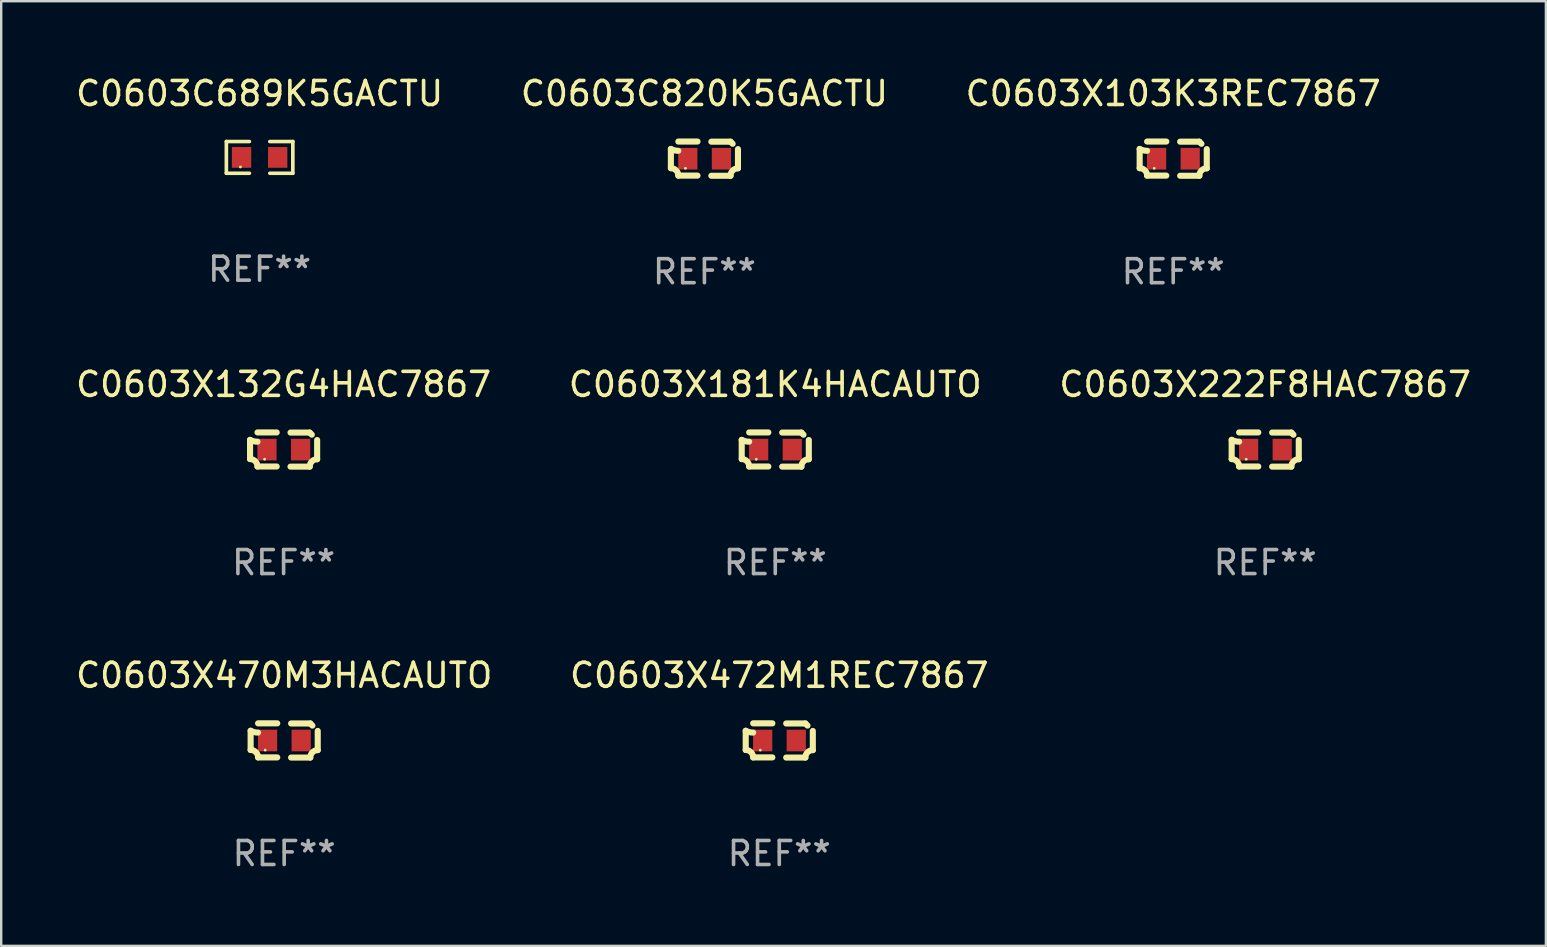
<source format=kicad_pcb>
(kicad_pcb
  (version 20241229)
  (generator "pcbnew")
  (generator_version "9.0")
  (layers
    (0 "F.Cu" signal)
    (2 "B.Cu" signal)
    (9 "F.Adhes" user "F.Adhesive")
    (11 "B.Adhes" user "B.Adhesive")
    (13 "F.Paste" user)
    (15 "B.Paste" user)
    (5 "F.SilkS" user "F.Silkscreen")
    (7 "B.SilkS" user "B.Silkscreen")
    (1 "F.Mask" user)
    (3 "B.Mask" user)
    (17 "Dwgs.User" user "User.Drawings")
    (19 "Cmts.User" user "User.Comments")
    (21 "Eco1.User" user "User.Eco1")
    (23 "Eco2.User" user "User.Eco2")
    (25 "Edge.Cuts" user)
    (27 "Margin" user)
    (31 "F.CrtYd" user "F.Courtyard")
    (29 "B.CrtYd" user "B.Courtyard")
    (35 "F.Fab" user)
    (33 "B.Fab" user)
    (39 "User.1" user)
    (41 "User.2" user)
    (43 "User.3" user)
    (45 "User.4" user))
  (footprint "C0603C689K5GACTU"
    (layer "F.Cu")
    (at 7.768 3.509)
    (property "Reference" "C0603C689K5GACTU" (at 0 -2.661 0) (layer "F.SilkS") (effects (font (size 1 1) (thickness 0.15))))
    (attr through_hole)
    (fp_line (start -1.385 -0.661) (end -0.426 -0.661) (stroke (width 0.152) (type solid)) (layer "F.SilkS"))
    (fp_line (start -1.385 0.661) (end -1.385 -0.661) (stroke (width 0.152) (type solid)) (layer "F.SilkS"))
    (fp_line (start -0.426 0.661) (end -1.385 0.661) (stroke (width 0.152) (type solid)) (layer "F.SilkS"))
    (fp_line (start 0.426 0.661) (end 1.385 0.661) (stroke (width 0.152) (type solid)) (layer "F.SilkS"))
    (fp_line (start 1.385 -0.661) (end 0.426 -0.661) (stroke (width 0.152) (type solid)) (layer "F.SilkS"))
    (fp_line (start 1.385 0.661) (end 1.385 -0.661) (stroke (width 0.152) (type solid)) (layer "F.SilkS"))
    (fp_circle (center -0.8 0.4) (end -0.77 0.4) (stroke (width 0.06) (type solid)) (fill no) (layer "F.SilkS"))
    (fp_text user "REF**" (at 0 4.661 0) (layer "F.Fab") (effects (font (size 1 1) (thickness 0.15))))
    (pad "1" smd rect (at -0.753 0) (size 0.806 0.864) (layers "F.Cu" "F.Mask" "F.Paste"))
    (pad "2" smd rect (at 0.753 0) (size 0.806 0.864) (layers "F.Cu" "F.Mask" "F.Paste")))
  (footprint "C0603X222F8HAC7867"
    (layer "F.Cu")
    (at 49.673 15.683)
    (property "Reference" "C0603X222F8HAC7867" (at 0 -2.713 0) (layer "F.SilkS") (effects (font (size 1 1) (thickness 0.15))))
    (attr through_hole)
    (fp_line (start -1.398 -0.403) (end -1.398 0.397) (stroke (width 0.254) (type solid)) (layer "F.SilkS"))
    (fp_line (start -0.288 -0.713) (end -1.088 -0.713) (stroke (width 0.254) (type solid)) (layer "F.SilkS"))
    (fp_line (start -0.288 0.707) (end -1.088 0.707) (stroke (width 0.254) (type solid)) (layer "F.SilkS"))
    (fp_line (start 0.288 -0.707) (end 1.088 -0.707) (stroke (width 0.254) (type solid)) (layer "F.SilkS"))
    (fp_line (start 0.288 0.713) (end 1.088 0.713) (stroke (width 0.254) (type solid)) (layer "F.SilkS"))
    (fp_line (start 1.398 -0.397) (end 1.398 0.403) (stroke (width 0.254) (type solid)) (layer "F.SilkS"))
    (fp_arc (start -1.397789 0.397066) (mid -1.178701 0.487826) (end -1.08796 0.706922) (stroke (width 0.254001) (type solid)) (layer "F.SilkS"))
    (fp_arc (start -1.08796 -0.327176) (mid -1.247436 -0.346384) (end -1.39779 -0.402908) (stroke (width 0.254001) (type solid)) (layer "F.SilkS"))
    (fp_arc (start 1.087909 0.712738) (mid 1.178656 0.493655) (end 1.397739 0.402908) (stroke (width 0.254001) (type solid)) (layer "F.SilkS"))
    (fp_arc (start 1.175925 -0.618926) (mid 1.131917 -0.662923) (end 1.08791 -0.706922) (stroke (width 0.254001) (type solid)) (layer "F.SilkS"))
    (fp_circle (center -0.792 0.403) (end -0.762 0.403) (stroke (width 0.06) (type solid)) (fill no) (layer "F.SilkS"))
    (fp_text user "REF**" (at 0 4.713 0) (layer "F.Fab") (effects (font (size 1 1) (thickness 0.15))))
    (pad "1" smd rect (at -0.692 0.003) (size 0.8 0.9) (layers "F.Cu" "F.Mask" "F.Paste"))
    (pad "2" smd rect (at 0.708 0.003) (size 0.8 0.9) (layers "F.Cu" "F.Mask" "F.Paste")))
  (footprint "C0603X470M3HACAUTO"
    (layer "F.Cu")
    (at 8.792 27.805)
    (property "Reference" "C0603X470M3HACAUTO" (at 0 -2.713 0) (layer "F.SilkS") (effects (font (size 1 1) (thickness 0.15))))
    (attr through_hole)
    (fp_line (start -1.398 -0.403) (end -1.398 0.397) (stroke (width 0.254) (type solid)) (layer "F.SilkS"))
    (fp_line (start -0.288 -0.713) (end -1.088 -0.713) (stroke (width 0.254) (type solid)) (layer "F.SilkS"))
    (fp_line (start -0.288 0.707) (end -1.088 0.707) (stroke (width 0.254) (type solid)) (layer "F.SilkS"))
    (fp_line (start 0.288 -0.707) (end 1.088 -0.707) (stroke (width 0.254) (type solid)) (layer "F.SilkS"))
    (fp_line (start 0.288 0.713) (end 1.088 0.713) (stroke (width 0.254) (type solid)) (layer "F.SilkS"))
    (fp_line (start 1.398 -0.397) (end 1.398 0.403) (stroke (width 0.254) (type solid)) (layer "F.SilkS"))
    (fp_arc (start -1.397789 0.397066) (mid -1.178701 0.487826) (end -1.08796 0.706922) (stroke (width 0.254001) (type solid)) (layer "F.SilkS"))
    (fp_arc (start -1.08796 -0.327176) (mid -1.247436 -0.346384) (end -1.39779 -0.402908) (stroke (width 0.254001) (type solid)) (layer "F.SilkS"))
    (fp_arc (start 1.087909 0.712738) (mid 1.178656 0.493655) (end 1.397739 0.402908) (stroke (width 0.254001) (type solid)) (layer "F.SilkS"))
    (fp_arc (start 1.175925 -0.618926) (mid 1.131917 -0.662923) (end 1.08791 -0.706922) (stroke (width 0.254001) (type solid)) (layer "F.SilkS"))
    (fp_circle (center -0.792 0.403) (end -0.762 0.403) (stroke (width 0.06) (type solid)) (fill no) (layer "F.SilkS"))
    (fp_text user "REF**" (at 0 4.713 0) (layer "F.Fab") (effects (font (size 1 1) (thickness 0.15))))
    (pad "1" smd rect (at -0.692 0.003) (size 0.8 0.9) (layers "F.Cu" "F.Mask" "F.Paste"))
    (pad "2" smd rect (at 0.708 0.003) (size 0.8 0.9) (layers "F.Cu" "F.Mask" "F.Paste")))
  (footprint "C0603X132G4HAC7867"
    (layer "F.Cu")
    (at 8.768 15.683)
    (property "Reference" "C0603X132G4HAC7867" (at 0 -2.713 0) (layer "F.SilkS") (effects (font (size 1 1) (thickness 0.15))))
    (attr through_hole)
    (fp_line (start -1.398 -0.403) (end -1.398 0.397) (stroke (width 0.254) (type solid)) (layer "F.SilkS"))
    (fp_line (start -0.288 -0.713) (end -1.088 -0.713) (stroke (width 0.254) (type solid)) (layer "F.SilkS"))
    (fp_line (start -0.288 0.707) (end -1.088 0.707) (stroke (width 0.254) (type solid)) (layer "F.SilkS"))
    (fp_line (start 0.288 -0.707) (end 1.088 -0.707) (stroke (width 0.254) (type solid)) (layer "F.SilkS"))
    (fp_line (start 0.288 0.713) (end 1.088 0.713) (stroke (width 0.254) (type solid)) (layer "F.SilkS"))
    (fp_line (start 1.398 -0.397) (end 1.398 0.403) (stroke (width 0.254) (type solid)) (layer "F.SilkS"))
    (fp_arc (start -1.397789 0.397066) (mid -1.178701 0.487826) (end -1.08796 0.706922) (stroke (width 0.254001) (type solid)) (layer "F.SilkS"))
    (fp_arc (start -1.08796 -0.327176) (mid -1.247436 -0.346384) (end -1.39779 -0.402908) (stroke (width 0.254001) (type solid)) (layer "F.SilkS"))
    (fp_arc (start 1.087909 0.712738) (mid 1.178656 0.493655) (end 1.397739 0.402908) (stroke (width 0.254001) (type solid)) (layer "F.SilkS"))
    (fp_arc (start 1.175925 -0.618926) (mid 1.131917 -0.662923) (end 1.08791 -0.706922) (stroke (width 0.254001) (type solid)) (layer "F.SilkS"))
    (fp_circle (center -0.792 0.403) (end -0.762 0.403) (stroke (width 0.06) (type solid)) (fill no) (layer "F.SilkS"))
    (fp_text user "REF**" (at 0 4.713 0) (layer "F.Fab") (effects (font (size 1 1) (thickness 0.15))))
    (pad "1" smd rect (at -0.692 0.003) (size 0.8 0.9) (layers "F.Cu" "F.Mask" "F.Paste"))
    (pad "2" smd rect (at 0.708 0.003) (size 0.8 0.9) (layers "F.Cu" "F.Mask" "F.Paste")))
  (footprint "C0603X472M1REC7867"
    (layer "F.Cu")
    (at 29.423 27.805)
    (property "Reference" "C0603X472M1REC7867" (at 0 -2.713 0) (layer "F.SilkS") (effects (font (size 1 1) (thickness 0.15))))
    (attr through_hole)
    (fp_line (start -1.398 -0.403) (end -1.398 0.397) (stroke (width 0.254) (type solid)) (layer "F.SilkS"))
    (fp_line (start -0.288 -0.713) (end -1.088 -0.713) (stroke (width 0.254) (type solid)) (layer "F.SilkS"))
    (fp_line (start -0.288 0.707) (end -1.088 0.707) (stroke (width 0.254) (type solid)) (layer "F.SilkS"))
    (fp_line (start 0.288 -0.707) (end 1.088 -0.707) (stroke (width 0.254) (type solid)) (layer "F.SilkS"))
    (fp_line (start 0.288 0.713) (end 1.088 0.713) (stroke (width 0.254) (type solid)) (layer "F.SilkS"))
    (fp_line (start 1.398 -0.397) (end 1.398 0.403) (stroke (width 0.254) (type solid)) (layer "F.SilkS"))
    (fp_arc (start -1.397789 0.397066) (mid -1.178701 0.487826) (end -1.08796 0.706922) (stroke (width 0.254001) (type solid)) (layer "F.SilkS"))
    (fp_arc (start -1.08796 -0.327176) (mid -1.247436 -0.346384) (end -1.39779 -0.402908) (stroke (width 0.254001) (type solid)) (layer "F.SilkS"))
    (fp_arc (start 1.087909 0.712738) (mid 1.178656 0.493655) (end 1.397739 0.402908) (stroke (width 0.254001) (type solid)) (layer "F.SilkS"))
    (fp_arc (start 1.175925 -0.618926) (mid 1.131917 -0.662923) (end 1.08791 -0.706922) (stroke (width 0.254001) (type solid)) (layer "F.SilkS"))
    (fp_circle (center -0.792 0.403) (end -0.762 0.403) (stroke (width 0.06) (type solid)) (fill no) (layer "F.SilkS"))
    (fp_text user "REF**" (at 0 4.713 0) (layer "F.Fab") (effects (font (size 1 1) (thickness 0.15))))
    (pad "1" smd rect (at -0.692 0.003) (size 0.8 0.9) (layers "F.Cu" "F.Mask" "F.Paste"))
    (pad "2" smd rect (at 0.708 0.003) (size 0.8 0.9) (layers "F.Cu" "F.Mask" "F.Paste")))
  (footprint "C0603X103K3REC7867"
    (layer "F.Cu")
    (at 45.839 3.561)
    (property "Reference" "C0603X103K3REC7867" (at 0 -2.713 0) (layer "F.SilkS") (effects (font (size 1 1) (thickness 0.15))))
    (attr through_hole)
    (fp_line (start -1.398 -0.403) (end -1.398 0.397) (stroke (width 0.254) (type solid)) (layer "F.SilkS"))
    (fp_line (start -0.288 -0.713) (end -1.088 -0.713) (stroke (width 0.254) (type solid)) (layer "F.SilkS"))
    (fp_line (start -0.288 0.707) (end -1.088 0.707) (stroke (width 0.254) (type solid)) (layer "F.SilkS"))
    (fp_line (start 0.288 -0.707) (end 1.088 -0.707) (stroke (width 0.254) (type solid)) (layer "F.SilkS"))
    (fp_line (start 0.288 0.713) (end 1.088 0.713) (stroke (width 0.254) (type solid)) (layer "F.SilkS"))
    (fp_line (start 1.398 -0.397) (end 1.398 0.403) (stroke (width 0.254) (type solid)) (layer "F.SilkS"))
    (fp_arc (start -1.397789 0.397066) (mid -1.178701 0.487826) (end -1.08796 0.706922) (stroke (width 0.254001) (type solid)) (layer "F.SilkS"))
    (fp_arc (start -1.08796 -0.327176) (mid -1.247436 -0.346384) (end -1.39779 -0.402908) (stroke (width 0.254001) (type solid)) (layer "F.SilkS"))
    (fp_arc (start 1.087909 0.712738) (mid 1.178656 0.493655) (end 1.397739 0.402908) (stroke (width 0.254001) (type solid)) (layer "F.SilkS"))
    (fp_arc (start 1.175925 -0.618926) (mid 1.131917 -0.662923) (end 1.08791 -0.706922) (stroke (width 0.254001) (type solid)) (layer "F.SilkS"))
    (fp_circle (center -0.792 0.403) (end -0.762 0.403) (stroke (width 0.06) (type solid)) (fill no) (layer "F.SilkS"))
    (fp_text user "REF**" (at 0 4.713 0) (layer "F.Fab") (effects (font (size 1 1) (thickness 0.15))))
    (pad "1" smd rect (at -0.692 0.003) (size 0.8 0.9) (layers "F.Cu" "F.Mask" "F.Paste"))
    (pad "2" smd rect (at 0.708 0.003) (size 0.8 0.9) (layers "F.Cu" "F.Mask" "F.Paste")))
  (footprint "C0603C820K5GACTU"
    (layer "F.Cu")
    (at 26.304 3.561)
    (property "Reference" "C0603C820K5GACTU" (at 0 -2.713 0) (layer "F.SilkS") (effects (font (size 1 1) (thickness 0.15))))
    (attr through_hole)
    (fp_line (start -1.398 -0.403) (end -1.398 0.397) (stroke (width 0.254) (type solid)) (layer "F.SilkS"))
    (fp_line (start -0.288 -0.713) (end -1.088 -0.713) (stroke (width 0.254) (type solid)) (layer "F.SilkS"))
    (fp_line (start -0.288 0.707) (end -1.088 0.707) (stroke (width 0.254) (type solid)) (layer "F.SilkS"))
    (fp_line (start 0.288 -0.707) (end 1.088 -0.707) (stroke (width 0.254) (type solid)) (layer "F.SilkS"))
    (fp_line (start 0.288 0.713) (end 1.088 0.713) (stroke (width 0.254) (type solid)) (layer "F.SilkS"))
    (fp_line (start 1.398 -0.397) (end 1.398 0.403) (stroke (width 0.254) (type solid)) (layer "F.SilkS"))
    (fp_arc (start -1.397789 0.397066) (mid -1.178701 0.487826) (end -1.08796 0.706922) (stroke (width 0.254001) (type solid)) (layer "F.SilkS"))
    (fp_arc (start -1.08796 -0.327176) (mid -1.247436 -0.346384) (end -1.39779 -0.402908) (stroke (width 0.254001) (type solid)) (layer "F.SilkS"))
    (fp_arc (start 1.087909 0.712738) (mid 1.178656 0.493655) (end 1.397739 0.402908) (stroke (width 0.254001) (type solid)) (layer "F.SilkS"))
    (fp_arc (start 1.175925 -0.618926) (mid 1.131917 -0.662923) (end 1.08791 -0.706922) (stroke (width 0.254001) (type solid)) (layer "F.SilkS"))
    (fp_circle (center -0.792 0.403) (end -0.762 0.403) (stroke (width 0.06) (type solid)) (fill no) (layer "F.SilkS"))
    (fp_text user "REF**" (at 0 4.713 0) (layer "F.Fab") (effects (font (size 1 1) (thickness 0.15))))
    (pad "1" smd rect (at -0.692 0.003) (size 0.8 0.9) (layers "F.Cu" "F.Mask" "F.Paste"))
    (pad "2" smd rect (at 0.708 0.003) (size 0.8 0.9) (layers "F.Cu" "F.Mask" "F.Paste")))
  (footprint "C0603X181K4HACAUTO"
    (layer "F.Cu")
    (at 29.256 15.683)
    (property "Reference" "C0603X181K4HACAUTO" (at 0 -2.713 0) (layer "F.SilkS") (effects (font (size 1 1) (thickness 0.15))))
    (attr through_hole)
    (fp_line (start -1.398 -0.403) (end -1.398 0.397) (stroke (width 0.254) (type solid)) (layer "F.SilkS"))
    (fp_line (start -0.288 -0.713) (end -1.088 -0.713) (stroke (width 0.254) (type solid)) (layer "F.SilkS"))
    (fp_line (start -0.288 0.707) (end -1.088 0.707) (stroke (width 0.254) (type solid)) (layer "F.SilkS"))
    (fp_line (start 0.288 -0.707) (end 1.088 -0.707) (stroke (width 0.254) (type solid)) (layer "F.SilkS"))
    (fp_line (start 0.288 0.713) (end 1.088 0.713) (stroke (width 0.254) (type solid)) (layer "F.SilkS"))
    (fp_line (start 1.398 -0.397) (end 1.398 0.403) (stroke (width 0.254) (type solid)) (layer "F.SilkS"))
    (fp_arc (start -1.397789 0.397066) (mid -1.178701 0.487826) (end -1.08796 0.706922) (stroke (width 0.254001) (type solid)) (layer "F.SilkS"))
    (fp_arc (start -1.08796 -0.327176) (mid -1.247436 -0.346384) (end -1.39779 -0.402908) (stroke (width 0.254001) (type solid)) (layer "F.SilkS"))
    (fp_arc (start 1.087909 0.712738) (mid 1.178656 0.493655) (end 1.397739 0.402908) (stroke (width 0.254001) (type solid)) (layer "F.SilkS"))
    (fp_arc (start 1.175925 -0.618926) (mid 1.131917 -0.662923) (end 1.08791 -0.706922) (stroke (width 0.254001) (type solid)) (layer "F.SilkS"))
    (fp_circle (center -0.792 0.403) (end -0.762 0.403) (stroke (width 0.06) (type solid)) (fill no) (layer "F.SilkS"))
    (fp_text user "REF**" (at 0 4.713 0) (layer "F.Fab") (effects (font (size 1 1) (thickness 0.15))))
    (pad "1" smd rect (at -0.692 0.003) (size 0.8 0.9) (layers "F.Cu" "F.Mask" "F.Paste"))
    (pad "2" smd rect (at 0.708 0.003) (size 0.8 0.9) (layers "F.Cu" "F.Mask" "F.Paste")))
  (gr_rect
    (start -3 -3)
    (end 61.369 36.366)
    (stroke (width 0.1) (type default))
    (fill no)
    (layer "Edge.Cuts")))
</source>
